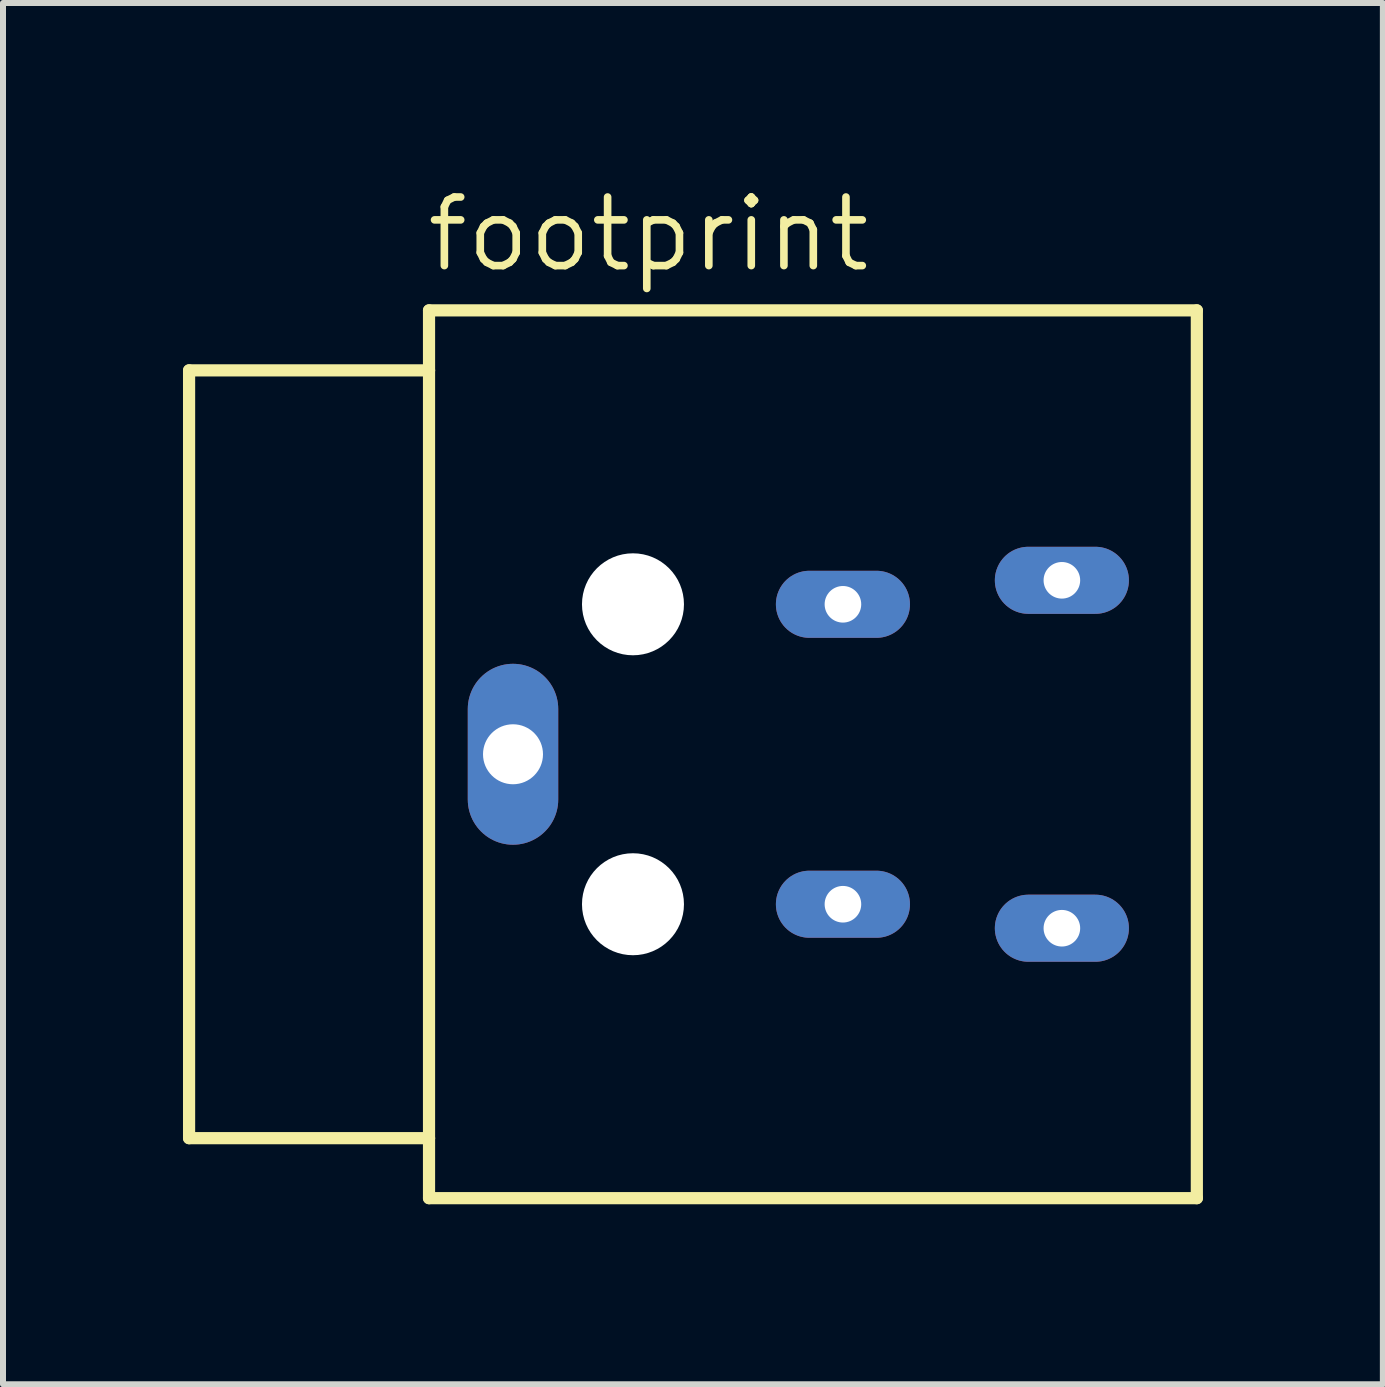
<source format=kicad_pcb>
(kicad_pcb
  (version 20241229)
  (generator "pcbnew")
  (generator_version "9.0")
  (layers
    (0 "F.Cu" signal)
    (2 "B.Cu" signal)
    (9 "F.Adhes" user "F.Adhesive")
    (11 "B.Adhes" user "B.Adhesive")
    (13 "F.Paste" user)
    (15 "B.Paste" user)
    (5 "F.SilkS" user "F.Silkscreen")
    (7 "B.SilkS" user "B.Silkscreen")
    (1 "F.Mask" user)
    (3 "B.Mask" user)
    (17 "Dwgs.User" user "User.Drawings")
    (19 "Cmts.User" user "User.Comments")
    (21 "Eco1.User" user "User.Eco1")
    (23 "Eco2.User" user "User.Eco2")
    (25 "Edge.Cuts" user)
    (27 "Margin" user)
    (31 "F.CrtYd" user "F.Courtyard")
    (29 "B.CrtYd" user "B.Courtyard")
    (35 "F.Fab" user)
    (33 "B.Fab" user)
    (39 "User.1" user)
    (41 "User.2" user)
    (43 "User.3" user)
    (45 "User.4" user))
  (footprint "footprint"
    (layer "F.Cu")
    (at 11.002 9.524)
    (property "Reference" "footprint" (at -7 -8 0) (layer "F.SilkS") (effects (font (size 1.143 1.143) (thickness 0.127)) (justify left bottom)))
    (fp_line (start -10.9 -6.4) (end -6.9 -6.4) (stroke (width 0.203) (type solid)) (layer "F.SilkS"))
    (fp_line (start -10.9 6.4) (end -10.9 -6.4) (stroke (width 0.203) (type solid)) (layer "F.SilkS"))
    (fp_line (start -6.9 -7.4) (end 5.9 -7.4) (stroke (width 0.203) (type solid)) (layer "F.SilkS"))
    (fp_line (start -6.9 -6.4) (end -6.9 -7.4) (stroke (width 0.203) (type solid)) (layer "F.SilkS"))
    (fp_line (start -6.9 6.4) (end -10.9 6.4) (stroke (width 0.203) (type solid)) (layer "F.SilkS"))
    (fp_line (start -6.9 6.4) (end -6.9 -6.4) (stroke (width 0.203) (type solid)) (layer "F.SilkS"))
    (fp_line (start -6.9 7.4) (end -6.9 6.4) (stroke (width 0.203) (type solid)) (layer "F.SilkS"))
    (fp_line (start 5.9 -7.4) (end 5.9 7.4) (stroke (width 0.203) (type solid)) (layer "F.SilkS"))
    (fp_line (start 5.9 7.4) (end -6.9 7.4) (stroke (width 0.203) (type solid)) (layer "F.SilkS"))
    (pad "" np_thru_hole circle (at -3.5 -2.5) (size 1.7 1.7) (drill 1.7) (layers "*.Cu" "*.Mask"))
    (pad "" np_thru_hole circle (at -3.5 2.5) (size 1.7 1.7) (drill 1.7) (layers "*.Cu" "*.Mask"))
    (pad "1" thru_hole oval (at 3.65 2.9) (size 2.235 1.118) (drill 0.61) (layers "*.Cu" "*.Mask"))
    (pad "2" thru_hole oval (at 3.65 -2.9) (size 2.235 1.118) (drill 0.61) (layers "*.Cu" "*.Mask"))
    (pad "3" thru_hole oval (at 0 2.5) (size 2.235 1.118) (drill 0.61) (layers "*.Cu" "*.Mask"))
    (pad "4" thru_hole oval (at 0 -2.5) (size 2.235 1.118) (drill 0.61) (layers "*.Cu" "*.Mask"))
    (pad "S" thru_hole oval (at -5.5 0 90) (size 3.016 1.508) (drill 1) (layers "*.Cu" "*.Mask")))
  (gr_rect
    (start -3 -3)
    (end 20.003 20.026)
    (stroke (width 0.1) (type default))
    (fill no)
    (layer "Edge.Cuts")))
</source>
